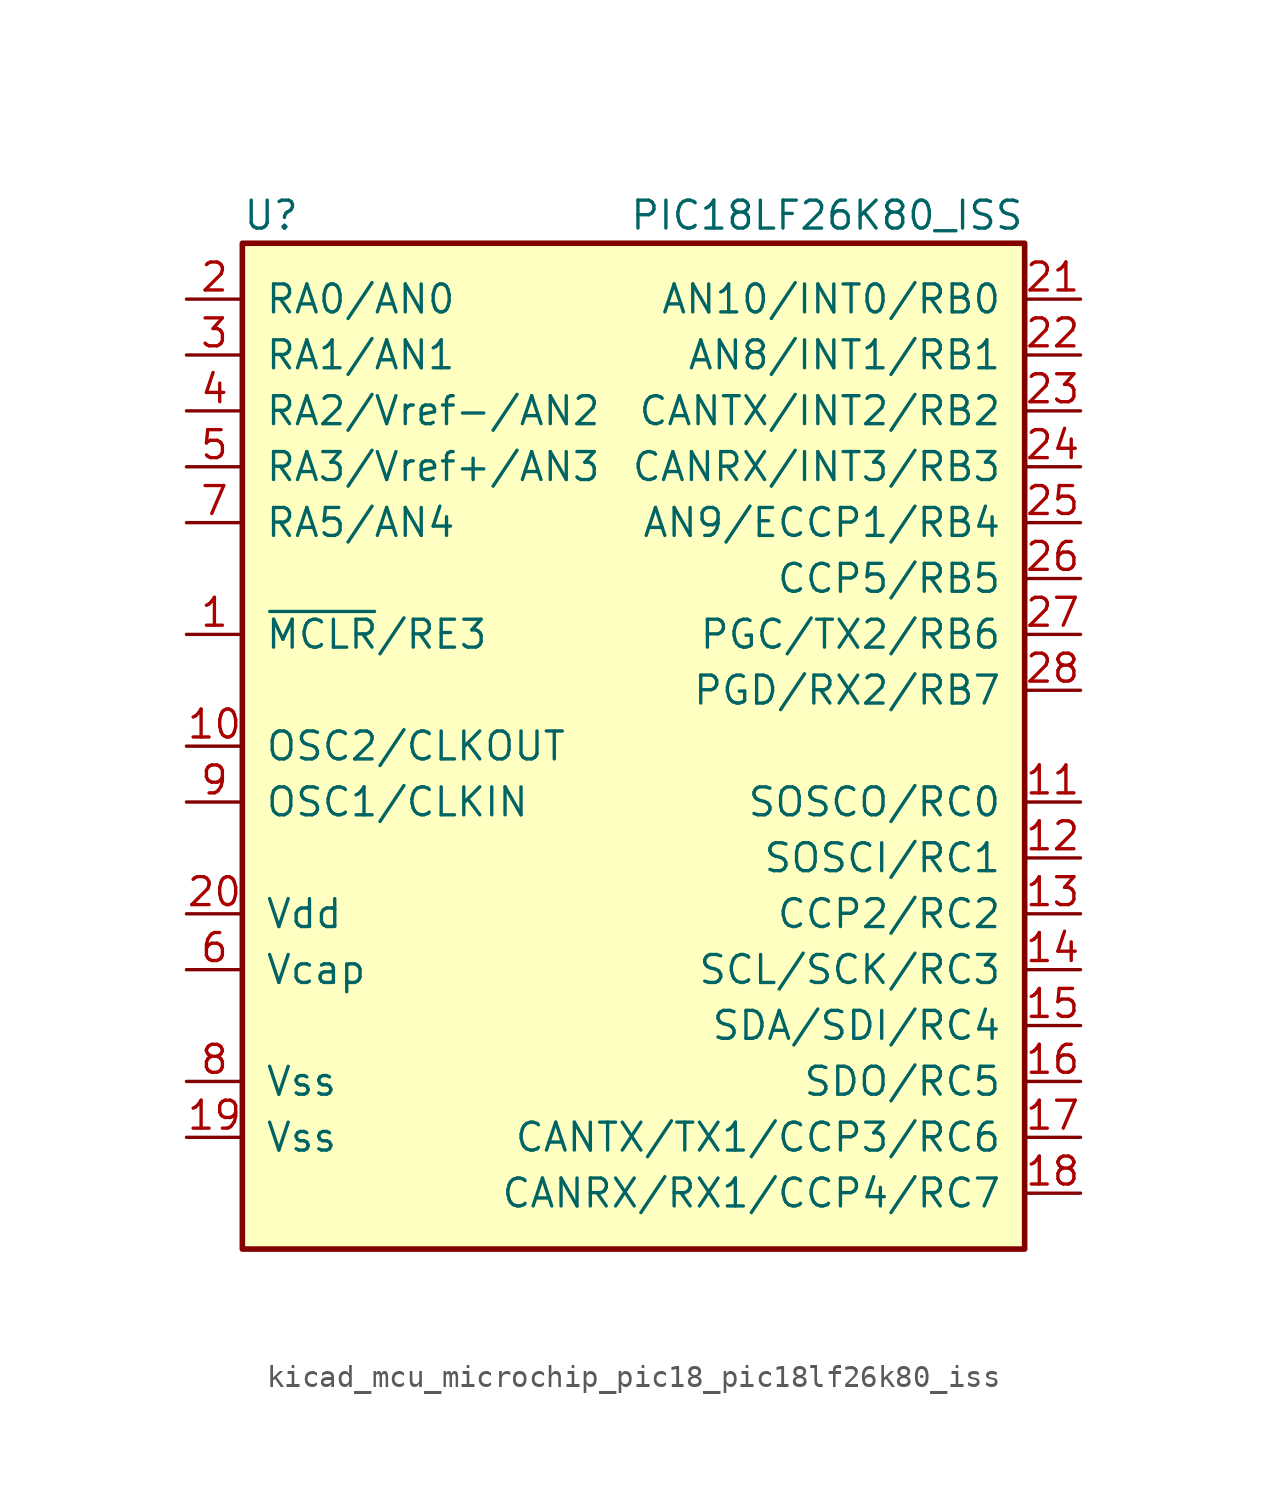
<source format=kicad_sym>
(kicad_symbol_lib
  (version 20220914)
  (generator kicad_symbol_editor)
  (symbol "kicad_mcu_microchip_pic18_pic18lf26k80_iss"
    (pin_names
      (offset 1.016))
    (property "Reference" "U"
      (at -17.78 24.13 0)
      (effects (font (size 1.27 1.27)) (justify left)))
    (property "Value" "PIC18LF26K80_ISS"
      (at 17.78 24.13 0)
      (effects (font (size 1.27 1.27)) (justify right)))
    (symbol "kicad_mcu_microchip_pic18_pic18lf26k80_iss_0_1"
      (rectangle (start -17.78 22.86) (end 17.78 -22.86) (stroke (width 0.254) (type default)) (fill (type background))))
    (symbol "kicad_mcu_microchip_pic18_pic18lf26k80_iss_1_1"
      (pin bidirectional line (at -20.32 5.08 0) (length 2.54) (name "~{MCLR}/RE3" (effects (font (size 1.27 1.27)))) (number "1" (effects (font (size 1.27 1.27)))))
      (pin input line (at -20.32 0 0) (length 2.54) (name "OSC2/CLKOUT" (effects (font (size 1.27 1.27)))) (number "10" (effects (font (size 1.27 1.27)))))
      (pin bidirectional line (at 20.32 -2.54 180) (length 2.54) (name "SOSCO/RC0" (effects (font (size 1.27 1.27)))) (number "11" (effects (font (size 1.27 1.27)))))
      (pin bidirectional line (at 20.32 -5.08 180) (length 2.54) (name "SOSCI/RC1" (effects (font (size 1.27 1.27)))) (number "12" (effects (font (size 1.27 1.27)))))
      (pin bidirectional line (at 20.32 -7.62 180) (length 2.54) (name "CCP2/RC2" (effects (font (size 1.27 1.27)))) (number "13" (effects (font (size 1.27 1.27)))))
      (pin bidirectional line (at 20.32 -10.16 180) (length 2.54) (name "SCL/SCK/RC3" (effects (font (size 1.27 1.27)))) (number "14" (effects (font (size 1.27 1.27)))))
      (pin bidirectional line (at 20.32 -12.7 180) (length 2.54) (name "SDA/SDI/RC4" (effects (font (size 1.27 1.27)))) (number "15" (effects (font (size 1.27 1.27)))))
      (pin bidirectional line (at 20.32 -15.24 180) (length 2.54) (name "SDO/RC5" (effects (font (size 1.27 1.27)))) (number "16" (effects (font (size 1.27 1.27)))))
      (pin bidirectional line (at 20.32 -17.78 180) (length 2.54) (name "CANTX/TX1/CCP3/RC6" (effects (font (size 1.27 1.27)))) (number "17" (effects (font (size 1.27 1.27)))))
      (pin bidirectional line (at 20.32 -20.32 180) (length 2.54) (name "CANRX/RX1/CCP4/RC7" (effects (font (size 1.27 1.27)))) (number "18" (effects (font (size 1.27 1.27)))))
      (pin power_in line (at -20.32 -17.78 0) (length 2.54) (name "Vss" (effects (font (size 1.27 1.27)))) (number "19" (effects (font (size 1.27 1.27)))))
      (pin bidirectional line (at -20.32 20.32 0) (length 2.54) (name "RA0/AN0" (effects (font (size 1.27 1.27)))) (number "2" (effects (font (size 1.27 1.27)))))
      (pin power_in line (at -20.32 -7.62 0) (length 2.54) (name "Vdd" (effects (font (size 1.27 1.27)))) (number "20" (effects (font (size 1.27 1.27)))))
      (pin bidirectional line (at 20.32 20.32 180) (length 2.54) (name "AN10/INT0/RB0" (effects (font (size 1.27 1.27)))) (number "21" (effects (font (size 1.27 1.27)))))
      (pin bidirectional line (at 20.32 17.78 180) (length 2.54) (name "AN8/INT1/RB1" (effects (font (size 1.27 1.27)))) (number "22" (effects (font (size 1.27 1.27)))))
      (pin bidirectional line (at 20.32 15.24 180) (length 2.54) (name "CANTX/INT2/RB2" (effects (font (size 1.27 1.27)))) (number "23" (effects (font (size 1.27 1.27)))))
      (pin bidirectional line (at 20.32 12.7 180) (length 2.54) (name "CANRX/INT3/RB3" (effects (font (size 1.27 1.27)))) (number "24" (effects (font (size 1.27 1.27)))))
      (pin bidirectional line (at 20.32 10.16 180) (length 2.54) (name "AN9/ECCP1/RB4" (effects (font (size 1.27 1.27)))) (number "25" (effects (font (size 1.27 1.27)))))
      (pin bidirectional line (at 20.32 7.62 180) (length 2.54) (name "CCP5/RB5" (effects (font (size 1.27 1.27)))) (number "26" (effects (font (size 1.27 1.27)))))
      (pin bidirectional line (at 20.32 5.08 180) (length 2.54) (name "PGC/TX2/RB6" (effects (font (size 1.27 1.27)))) (number "27" (effects (font (size 1.27 1.27)))))
      (pin bidirectional line (at 20.32 2.54 180) (length 2.54) (name "PGD/RX2/RB7" (effects (font (size 1.27 1.27)))) (number "28" (effects (font (size 1.27 1.27)))))
      (pin bidirectional line (at -20.32 17.78 0) (length 2.54) (name "RA1/AN1" (effects (font (size 1.27 1.27)))) (number "3" (effects (font (size 1.27 1.27)))))
      (pin bidirectional line (at -20.32 15.24 0) (length 2.54) (name "RA2/Vref-/AN2" (effects (font (size 1.27 1.27)))) (number "4" (effects (font (size 1.27 1.27)))))
      (pin bidirectional line (at -20.32 12.7 0) (length 2.54) (name "RA3/Vref+/AN3" (effects (font (size 1.27 1.27)))) (number "5" (effects (font (size 1.27 1.27)))))
      (pin power_in line (at -20.32 -10.16 0) (length 2.54) (name "Vcap" (effects (font (size 1.27 1.27)))) (number "6" (effects (font (size 1.27 1.27)))))
      (pin bidirectional line (at -20.32 10.16 0) (length 2.54) (name "RA5/AN4" (effects (font (size 1.27 1.27)))) (number "7" (effects (font (size 1.27 1.27)))))
      (pin power_in line (at -20.32 -15.24 0) (length 2.54) (name "Vss" (effects (font (size 1.27 1.27)))) (number "8" (effects (font (size 1.27 1.27)))))
      (pin input line (at -20.32 -2.54 0) (length 2.54) (name "OSC1/CLKIN" (effects (font (size 1.27 1.27)))) (number "9" (effects (font (size 1.27 1.27))))))))
</source>
